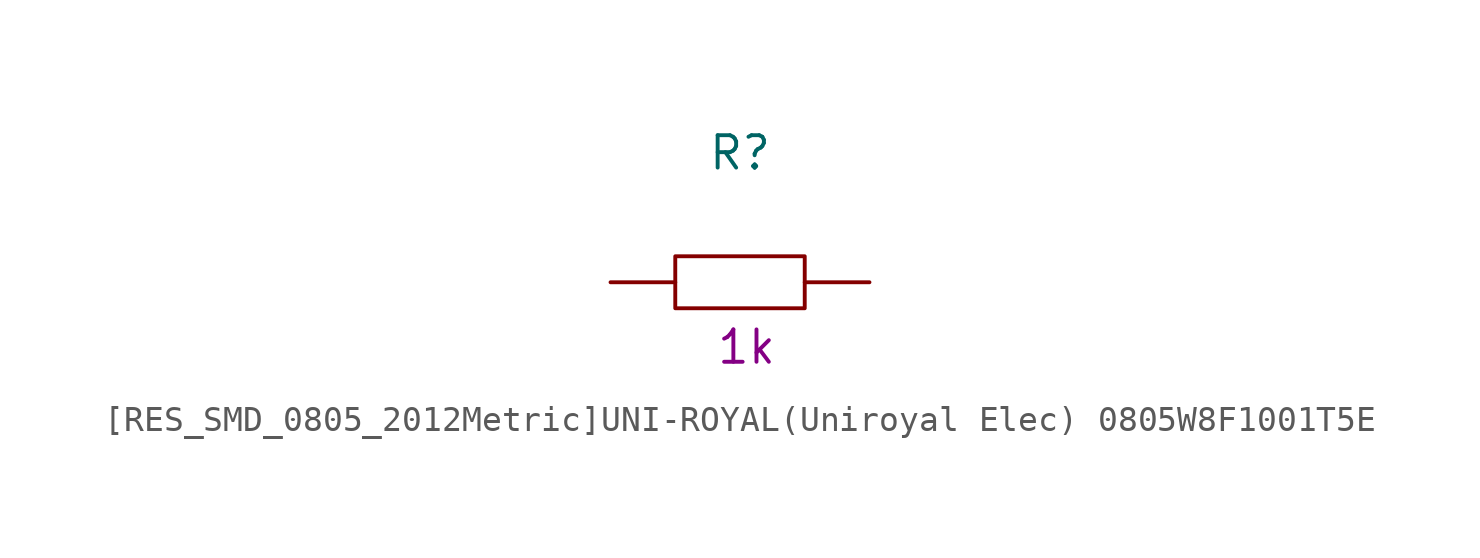
<source format=kicad_sym>
(kicad_symbol_lib
  (version 20231120)
  (generator "kicad_symbol_editor")
  (generator_version "8.0")
  (symbol "[RES_SMD_0805_2012Metric]UNI-ROYAL(Uniroyal Elec) 0805W8F1001T5E"
    (pin_numbers hide)
    (property "Reference" "R"
      (at 0 5.08 0)
      (effects (font (size 1.27 1.27))))
    (property "Nvalue" "1k"
      (at 0.254 -2.54 0)
      (effects (font (size 1.27 1.27))))
    (symbol "[RES_SMD_0805_2012Metric]UNI-ROYAL(Uniroyal Elec) 0805W8F1001T5E_1_1"
      (rectangle (start -2.54 1.02) (end 2.54 -1.02) (stroke (width 0) (type default)) (fill (type none)))
      (pin passive line (at -5.08 0 0) (length 2.54) (name "~" (effects (font (size 1.27 1.27)))) (number "1" (effects (font (size 1.27 1.27)))))
      (pin passive line (at 5.08 0 180) (length 2.54) (name "~" (effects (font (size 1.27 1.27)))) (number "2" (effects (font (size 1.27 1.27))))))))
</source>
